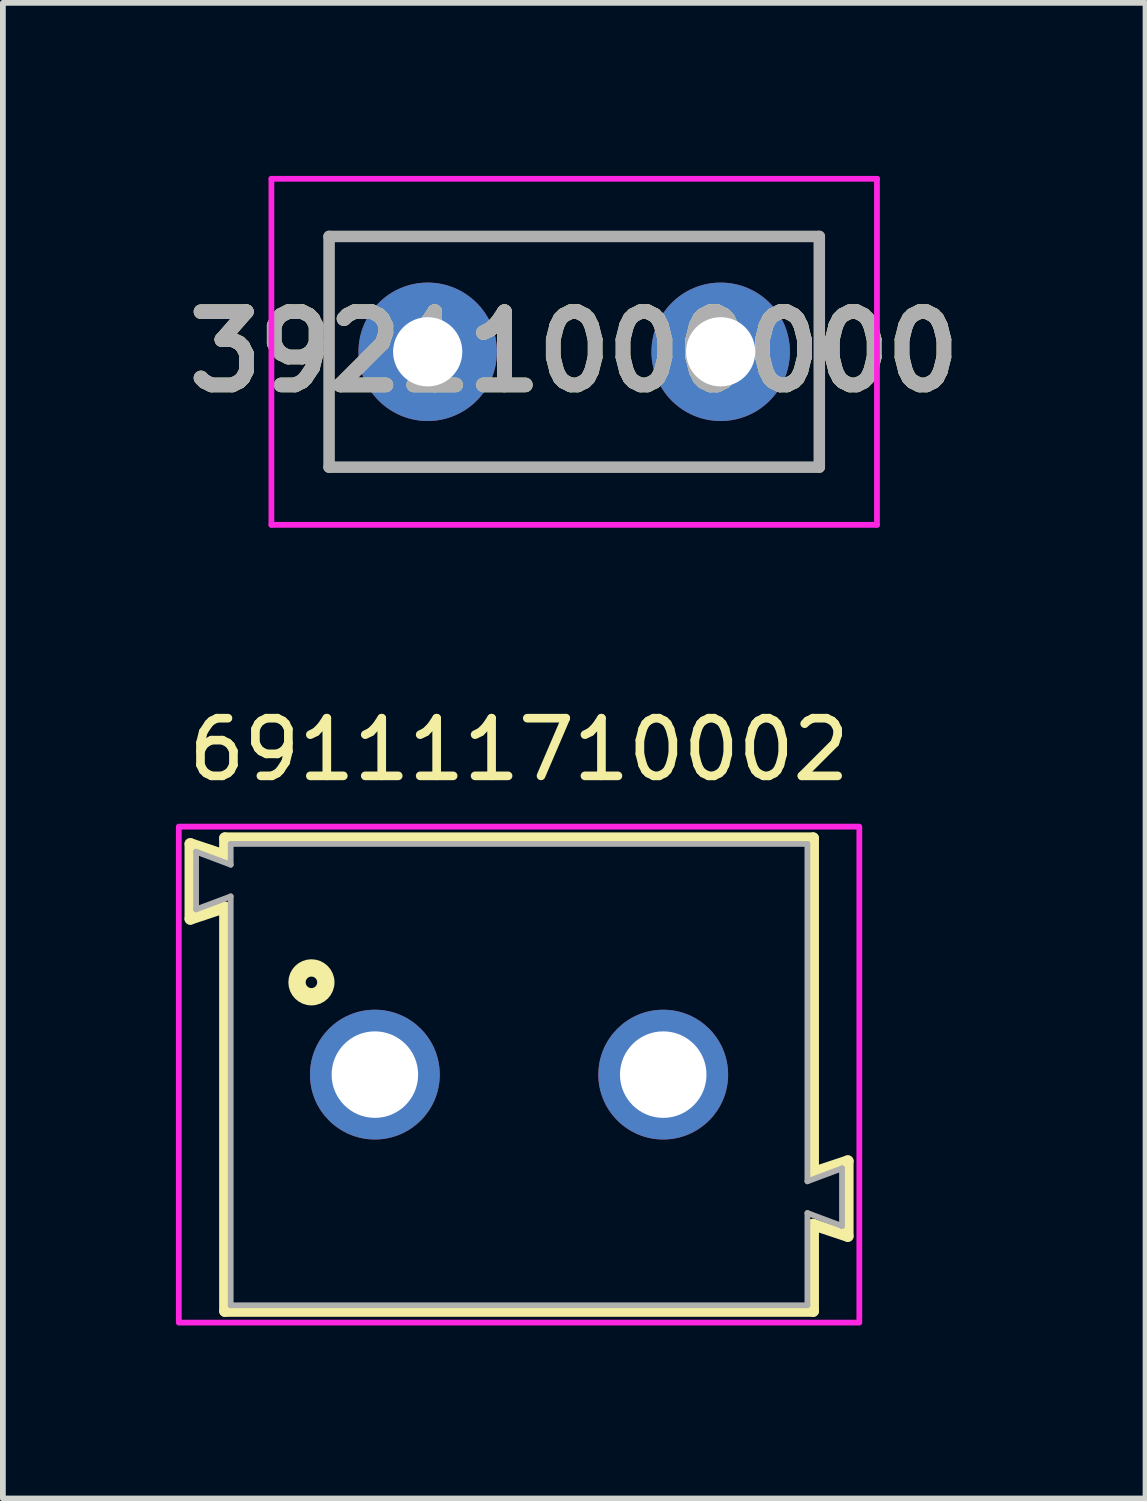
<source format=kicad_pcb>
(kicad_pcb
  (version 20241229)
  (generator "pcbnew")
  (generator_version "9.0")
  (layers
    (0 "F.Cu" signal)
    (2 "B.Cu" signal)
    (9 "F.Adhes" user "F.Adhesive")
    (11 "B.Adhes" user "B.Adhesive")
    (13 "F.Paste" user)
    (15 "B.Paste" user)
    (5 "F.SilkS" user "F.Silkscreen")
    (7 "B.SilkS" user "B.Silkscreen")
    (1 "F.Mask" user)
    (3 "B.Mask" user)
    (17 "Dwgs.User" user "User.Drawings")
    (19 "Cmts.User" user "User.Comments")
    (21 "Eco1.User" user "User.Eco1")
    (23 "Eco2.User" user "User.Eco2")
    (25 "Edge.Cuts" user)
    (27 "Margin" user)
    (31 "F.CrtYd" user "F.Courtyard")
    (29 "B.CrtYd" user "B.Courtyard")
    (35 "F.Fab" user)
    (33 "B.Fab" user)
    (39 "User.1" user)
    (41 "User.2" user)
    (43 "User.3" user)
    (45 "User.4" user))
  (footprint "39211000000"
    (layer "F.Cu")
    (at 4.366 3.05)
    (property "Reference" "39211000000" (at 2.54 0 0) (layer "F.SilkS") (effects (font (size 1.27 1.27) (thickness 0.254))))
    (attr through_hole)
    (fp_line (start -1.71 -2) (end 6.79 -2) (stroke (width 0.1) (type solid)) (layer "F.SilkS"))
    (fp_line (start -1.71 2) (end -1.71 -2) (stroke (width 0.1) (type solid)) (layer "F.SilkS"))
    (fp_line (start 6.79 -2) (end 6.79 2) (stroke (width 0.1) (type solid)) (layer "F.SilkS"))
    (fp_line (start 6.79 2) (end -1.71 2) (stroke (width 0.1) (type solid)) (layer "F.SilkS"))
    (fp_line (start -2.71 -3) (end 7.79 -3) (stroke (width 0.1) (type solid)) (layer "F.CrtYd"))
    (fp_line (start -2.71 3) (end -2.71 -3) (stroke (width 0.1) (type solid)) (layer "F.CrtYd"))
    (fp_line (start 7.79 -3) (end 7.79 3) (stroke (width 0.1) (type solid)) (layer "F.CrtYd"))
    (fp_line (start 7.79 3) (end -2.71 3) (stroke (width 0.1) (type solid)) (layer "F.CrtYd"))
    (fp_line (start -1.71 -2) (end 6.79 -2) (stroke (width 0.2) (type solid)) (layer "F.Fab"))
    (fp_line (start -1.71 2) (end -1.71 -2) (stroke (width 0.2) (type solid)) (layer "F.Fab"))
    (fp_line (start 6.79 -2) (end 6.79 2) (stroke (width 0.2) (type solid)) (layer "F.Fab"))
    (fp_line (start 6.79 2) (end -1.71 2) (stroke (width 0.2) (type solid)) (layer "F.Fab"))
    (fp_text user "${REFERENCE}" (at 2.54 0 0) (layer "F.Fab") (effects (font (size 1.27 1.27) (thickness 0.254))))
    (pad "1" thru_hole circle (at 0 0) (size 2.4 2.4) (drill 1.2) (layers "*.Cu" "*.Mask"))
    (pad "2" thru_hole circle (at 5.08 0) (size 2.4 2.4) (drill 1.2) (layers "*.Cu" "*.Mask")))
  (footprint "691111710002"
    (layer "F.Cu")
    (at 5.95 15.583)
    (property "Reference" "691111710002" (at 0 -5.635 0) (layer "F.SilkS") (effects (font (size 1 1) (thickness 0.15))))
    (attr through_hole)
    (fp_line (start -5.7 -4) (end -5.1 -3.8) (stroke (width 0.2) (type solid)) (layer "F.SilkS"))
    (fp_line (start -5.7 -2.7) (end -5.7 -4) (stroke (width 0.2) (type solid)) (layer "F.SilkS"))
    (fp_line (start -5.1 -4.1) (end 5.1 -4.1) (stroke (width 0.2) (type solid)) (layer "F.SilkS"))
    (fp_line (start -5.1 -3.8) (end -5.1 -4.1) (stroke (width 0.2) (type solid)) (layer "F.SilkS"))
    (fp_line (start -5.1 -2.9) (end -5.7 -2.7) (stroke (width 0.2) (type solid)) (layer "F.SilkS"))
    (fp_line (start -5.1 4.1) (end -5.1 -2.9) (stroke (width 0.2) (type solid)) (layer "F.SilkS"))
    (fp_line (start 5.1 -4.1) (end 5.1 1.7) (stroke (width 0.2) (type solid)) (layer "F.SilkS"))
    (fp_line (start 5.1 1.7) (end 5.7 1.5) (stroke (width 0.2) (type solid)) (layer "F.SilkS"))
    (fp_line (start 5.1 2.6) (end 5.1 4.1) (stroke (width 0.2) (type solid)) (layer "F.SilkS"))
    (fp_line (start 5.1 4.1) (end -5.1 4.1) (stroke (width 0.2) (type solid)) (layer "F.SilkS"))
    (fp_line (start 5.7 1.5) (end 5.7 2.8) (stroke (width 0.2) (type solid)) (layer "F.SilkS"))
    (fp_line (start 5.7 2.8) (end 5.1 2.6) (stroke (width 0.2) (type solid)) (layer "F.SilkS"))
    (fp_circle (center -3.6 -1.6) (end -3.5 -1.6) (stroke (width 0.3) (type solid)) (fill no) (layer "F.SilkS"))
    (fp_poly (pts (xy -5.9 -4.3) (xy 5.9 -4.3) (xy 5.9 4.3) (xy -5.9 4.3)) (stroke (width 0.1) (type solid)) (fill no) (layer "F.CrtYd"))
    (fp_line (start -5.6 -3.865) (end -5 -3.64) (stroke (width 0.1) (type solid)) (layer "F.Fab"))
    (fp_line (start -5.6 -2.865) (end -5.6 -3.865) (stroke (width 0.1) (type solid)) (layer "F.Fab"))
    (fp_line (start -5.6 -2.865) (end -5 -3.09) (stroke (width 0.1) (type solid)) (layer "F.Fab"))
    (fp_line (start -5 -4) (end -5 -3.64) (stroke (width 0.1) (type solid)) (layer "F.Fab"))
    (fp_line (start -5 -4) (end 5 -4) (stroke (width 0.1) (type solid)) (layer "F.Fab"))
    (fp_line (start -5 -3.09) (end -5 4) (stroke (width 0.1) (type solid)) (layer "F.Fab"))
    (fp_line (start 5 -4) (end 5 1.85) (stroke (width 0.1) (type solid)) (layer "F.Fab"))
    (fp_line (start 5 1.85) (end 5.6 1.625) (stroke (width 0.1) (type solid)) (layer "F.Fab"))
    (fp_line (start 5 2.4) (end 5 4) (stroke (width 0.1) (type solid)) (layer "F.Fab"))
    (fp_line (start 5 2.4) (end 5.6 2.625) (stroke (width 0.1) (type solid)) (layer "F.Fab"))
    (fp_line (start 5 4) (end -5 4) (stroke (width 0.1) (type solid)) (layer "F.Fab"))
    (fp_line (start 5.6 1.625) (end 5.6 2.625) (stroke (width 0.1) (type solid)) (layer "F.Fab"))
    (pad "1" thru_hole circle (at -2.5 0) (size 2.25 2.25) (drill 1.5) (layers "*.Cu" "*.Mask"))
    (pad "2" thru_hole circle (at 2.5 0) (size 2.25 2.25) (drill 1.5) (layers "*.Cu" "*.Mask")))
  (gr_rect
    (start -3 -3)
    (end 16.813 22.933)
    (stroke (width 0.1) (type default))
    (fill no)
    (layer "Edge.Cuts")))
</source>
